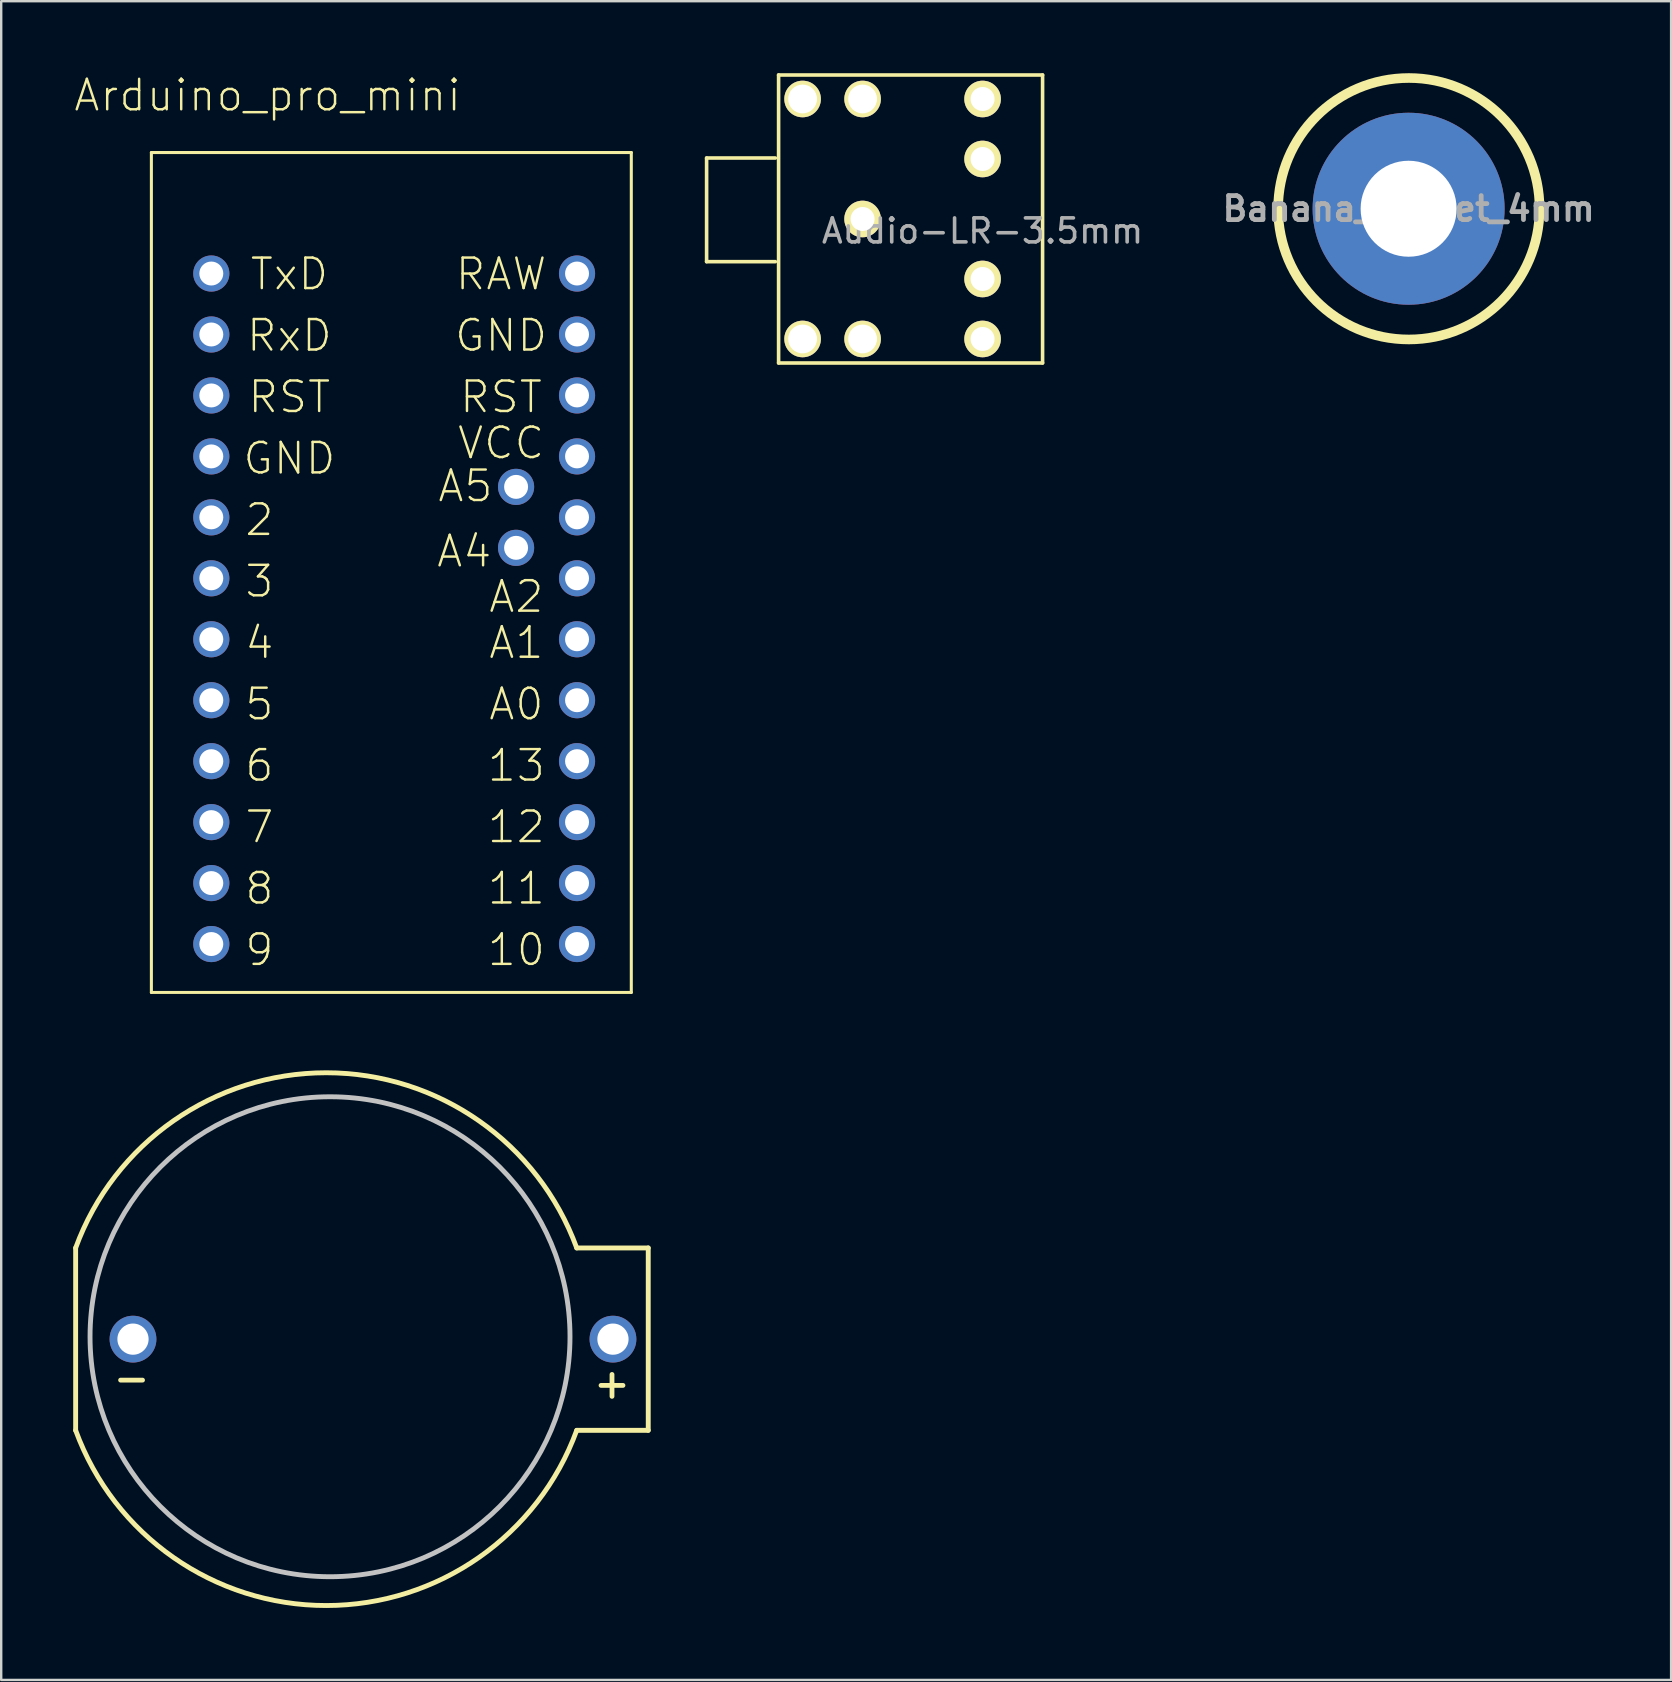
<source format=kicad_pcb>
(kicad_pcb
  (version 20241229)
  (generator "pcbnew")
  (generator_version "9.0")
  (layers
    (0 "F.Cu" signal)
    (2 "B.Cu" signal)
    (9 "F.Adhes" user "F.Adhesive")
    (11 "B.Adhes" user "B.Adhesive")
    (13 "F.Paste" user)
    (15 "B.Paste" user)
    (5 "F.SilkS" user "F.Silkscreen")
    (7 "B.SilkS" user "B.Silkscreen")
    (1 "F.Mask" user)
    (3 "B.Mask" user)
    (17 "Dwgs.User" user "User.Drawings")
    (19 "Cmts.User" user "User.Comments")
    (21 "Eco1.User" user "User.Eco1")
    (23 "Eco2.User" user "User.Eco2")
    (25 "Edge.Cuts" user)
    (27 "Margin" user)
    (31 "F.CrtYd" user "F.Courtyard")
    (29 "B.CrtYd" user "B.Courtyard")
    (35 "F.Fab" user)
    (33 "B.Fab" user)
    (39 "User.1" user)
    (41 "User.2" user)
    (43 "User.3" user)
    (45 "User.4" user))
  (footprint "Arduino_pro_mini"
    (layer "F.Cu")
    (at 3.276 38.3)
    (property "Reference" "Arduino_pro_mini" (at 4.823 -37.379 0) (layer "F.SilkS") (effects (font (size 1.27 1.27) (thickness 0.102))))
    (attr exclude_from_pos_files exclude_from_bom)
    (fp_line (start -0.018 -34.994) (end 19.98 -34.994) (stroke (width 0.127) (type solid)) (layer "F.SilkS"))
    (fp_line (start -0.018 0.005) (end -0.018 -34.994) (stroke (width 0.127) (type solid)) (layer "F.SilkS"))
    (fp_line (start 19.98 -34.994) (end 19.98 0.005) (stroke (width 0.127) (type solid)) (layer "F.SilkS"))
    (fp_line (start 19.98 0.005) (end -0.018 0.005) (stroke (width 0.127) (type solid)) (layer "F.SilkS"))
    (fp_text user "5" (at 4.483 -12.007 0) (layer "F.SilkS") (effects (font (size 1.27 1.27) (thickness 0.102))))
    (fp_text user "RAW" (at 14.554 -29.929 0) (layer "F.SilkS") (effects (font (size 1.27 1.27) (thickness 0.102))))
    (fp_text user "7" (at 4.483 -6.888 0) (layer "F.SilkS") (effects (font (size 1.27 1.27) (thickness 0.102))))
    (fp_text user "RST" (at 14.554 -24.808 0) (layer "F.SilkS") (effects (font (size 1.27 1.27) (thickness 0.102))))
    (fp_text user "11" (at 15.189 -4.328 0) (layer "F.SilkS") (effects (font (size 1.27 1.27) (thickness 0.102))))
    (fp_text user "2" (at 4.483 -19.688 0) (layer "F.SilkS") (effects (font (size 1.27 1.27) (thickness 0.102))))
    (fp_text user "A4" (at 13.018 -18.377 0) (layer "F.SilkS") (effects (font (size 1.27 1.27) (thickness 0.102))))
    (fp_text user "4" (at 4.483 -14.567 0) (layer "F.SilkS") (effects (font (size 1.27 1.27) (thickness 0.102))))
    (fp_text user "A2" (at 15.189 -16.487 0) (layer "F.SilkS") (effects (font (size 1.27 1.27) (thickness 0.102))))
    (fp_text user "9" (at 4.483 -1.768 0) (layer "F.SilkS") (effects (font (size 1.27 1.27) (thickness 0.102))))
    (fp_text user "TxD" (at 5.733 -29.929 0) (layer "F.SilkS") (effects (font (size 1.27 1.27) (thickness 0.102))))
    (fp_text user "GND" (at 5.733 -22.248 0) (layer "F.SilkS") (effects (font (size 1.27 1.27) (thickness 0.102))))
    (fp_text user "13" (at 15.189 -9.449 0) (layer "F.SilkS") (effects (font (size 1.27 1.27) (thickness 0.102))))
    (fp_text user "10" (at 15.189 -1.768 0) (layer "F.SilkS") (effects (font (size 1.27 1.27) (thickness 0.102))))
    (fp_text user "6" (at 4.483 -9.449 0) (layer "F.SilkS") (effects (font (size 1.27 1.27) (thickness 0.102))))
    (fp_text user "RxD" (at 5.733 -27.369 0) (layer "F.SilkS") (effects (font (size 1.27 1.27) (thickness 0.102))))
    (fp_text user "A0" (at 15.189 -12.007 0) (layer "F.SilkS") (effects (font (size 1.27 1.27) (thickness 0.102))))
    (fp_text user "12" (at 15.189 -6.888 0) (layer "F.SilkS") (effects (font (size 1.27 1.27) (thickness 0.102))))
    (fp_text user "GND" (at 14.554 -27.369 0) (layer "F.SilkS") (effects (font (size 1.27 1.27) (thickness 0.102))))
    (fp_text user "8" (at 4.483 -4.328 0) (layer "F.SilkS") (effects (font (size 1.27 1.27) (thickness 0.102))))
    (fp_text user "3" (at 4.483 -17.127 0) (layer "F.SilkS") (effects (font (size 1.27 1.27) (thickness 0.102))))
    (fp_text user "A5" (at 13.068 -21.097 0) (layer "F.SilkS") (effects (font (size 1.27 1.27) (thickness 0.102))))
    (fp_text user "VCC" (at 14.554 -22.888 0) (layer "F.SilkS") (effects (font (size 1.27 1.27) (thickness 0.102))))
    (fp_text user "RST" (at 5.733 -24.808 0) (layer "F.SilkS") (effects (font (size 1.27 1.27) (thickness 0.102))))
    (fp_text user "A1" (at 15.189 -14.567 0) (layer "F.SilkS") (effects (font (size 1.27 1.27) (thickness 0.102))))
    (pad "2" thru_hole circle (at 2.479 -19.792) (size 1.506 1.506) (drill 0.998) (layers "*.Cu" "*.Paste" "*.Mask"))
    (pad "3" thru_hole circle (at 2.479 -17.252) (size 1.506 1.506) (drill 0.998) (layers "*.Cu" "*.Paste" "*.Mask"))
    (pad "4" thru_hole circle (at 2.479 -14.712) (size 1.506 1.506) (drill 0.998) (layers "*.Cu" "*.Paste" "*.Mask"))
    (pad "5" thru_hole circle (at 2.479 -12.172) (size 1.506 1.506) (drill 0.998) (layers "*.Cu" "*.Paste" "*.Mask"))
    (pad "6" thru_hole circle (at 2.479 -9.632) (size 1.506 1.506) (drill 0.998) (layers "*.Cu" "*.Paste" "*.Mask"))
    (pad "7" thru_hole circle (at 2.479 -7.092) (size 1.506 1.506) (drill 0.998) (layers "*.Cu" "*.Paste" "*.Mask"))
    (pad "8" thru_hole circle (at 2.479 -4.552) (size 1.506 1.506) (drill 0.998) (layers "*.Cu" "*.Paste" "*.Mask"))
    (pad "9" thru_hole circle (at 2.479 -2.012) (size 1.506 1.506) (drill 0.998) (layers "*.Cu" "*.Paste" "*.Mask"))
    (pad "10" thru_hole circle (at 17.719 -2.012) (size 1.506 1.506) (drill 0.998) (layers "*.Cu" "*.Paste" "*.Mask"))
    (pad "11" thru_hole circle (at 17.719 -4.552) (size 1.506 1.506) (drill 0.998) (layers "*.Cu" "*.Paste" "*.Mask"))
    (pad "12" thru_hole circle (at 17.719 -7.092) (size 1.506 1.506) (drill 0.998) (layers "*.Cu" "*.Paste" "*.Mask"))
    (pad "13" thru_hole circle (at 17.719 -9.632) (size 1.506 1.506) (drill 0.998) (layers "*.Cu" "*.Paste" "*.Mask"))
    (pad "A0" thru_hole circle (at 17.719 -12.172) (size 1.506 1.506) (drill 0.998) (layers "*.Cu" "*.Paste" "*.Mask"))
    (pad "A1" thru_hole circle (at 17.719 -14.712) (size 1.506 1.506) (drill 0.998) (layers "*.Cu" "*.Paste" "*.Mask"))
    (pad "A2" thru_hole circle (at 17.719 -17.252) (size 1.506 1.506) (drill 0.998) (layers "*.Cu" "*.Paste" "*.Mask"))
    (pad "A3" thru_hole circle (at 17.719 -19.792) (size 1.506 1.506) (drill 0.998) (layers "*.Cu" "*.Paste" "*.Mask"))
    (pad "A4" thru_hole circle (at 15.179 -18.522) (size 1.506 1.506) (drill 0.998) (layers "*.Cu" "*.Paste" "*.Mask"))
    (pad "A5" thru_hole circle (at 15.179 -21.062) (size 1.506 1.506) (drill 0.998) (layers "*.Cu" "*.Paste" "*.Mask"))
    (pad "GND@" thru_hole circle (at 2.479 -22.332) (size 1.506 1.506) (drill 0.998) (layers "*.Cu" "*.Paste" "*.Mask"))
    (pad "GND@" thru_hole circle (at 17.719 -27.412) (size 1.506 1.506) (drill 0.998) (layers "*.Cu" "*.Paste" "*.Mask"))
    (pad "RAW" thru_hole circle (at 17.719 -29.952) (size 1.506 1.506) (drill 0.998) (layers "*.Cu" "*.Paste" "*.Mask"))
    (pad "RST@" thru_hole circle (at 2.479 -24.872) (size 1.506 1.506) (drill 0.998) (layers "*.Cu" "*.Paste" "*.Mask"))
    (pad "RST@" thru_hole circle (at 17.719 -24.872) (size 1.506 1.506) (drill 0.998) (layers "*.Cu" "*.Paste" "*.Mask"))
    (pad "RXD" thru_hole circle (at 2.479 -27.412) (size 1.506 1.506) (drill 0.998) (layers "*.Cu" "*.Paste" "*.Mask"))
    (pad "TXD" thru_hole circle (at 2.479 -29.952) (size 1.506 1.506) (drill 0.998) (layers "*.Cu" "*.Paste" "*.Mask"))
    (pad "VCC@" thru_hole circle (at 17.719 -22.332) (size 1.506 1.506) (drill 0.998) (layers "*.Cu" "*.Paste" "*.Mask")))
  (footprint "Batt_CR2032_black_20MM"
    (layer "F.Cu")
    (at 10.642 52.752)
    (property "Reference" "Batt_CR2032_black_20MM" (at 0.19 -1.37 0) (layer "Eco1.User") (effects (font (size 0.386 0.386) (thickness 0.033)) (justify left bottom)))
    (attr through_hole)
    (fp_line (start -10.54 -3.8) (end -10.54 3.8) (stroke (width 0.203) (type solid)) (layer "F.SilkS"))
    (fp_line (start 10.34 -3.8) (end 13.32 -3.8) (stroke (width 0.203) (type solid)) (layer "F.SilkS"))
    (fp_line (start 13.32 -3.8) (end 13.32 3.8) (stroke (width 0.203) (type solid)) (layer "F.SilkS"))
    (fp_line (start 13.32 3.8) (end 10.34 3.8) (stroke (width 0.203) (type solid)) (layer "F.SilkS"))
    (fp_arc (start -10.54 -3.8) (mid -0.1 -11.100449) (end 10.34 -3.8) (stroke (width 0.2032) (type solid)) (layer "F.SilkS"))
    (fp_arc (start 10.34 3.8) (mid -0.1 11.100449) (end -10.54 3.8) (stroke (width 0.2032) (type solid)) (layer "F.SilkS"))
    (fp_circle (center 0.06 -0.1) (end 10.06 -0.1) (stroke (width 0.203) (type solid)) (fill no) (layer "Dwgs.User"))
    (fp_text user "-" (at -8.21 1.62 0) (layer "F.SilkS") (effects (font (size 1.2 1.2) (thickness 0.2) (bold yes))))
    (fp_text user "+" (at 11.81 1.84 0) (layer "F.SilkS") (effects (font (size 1.2 1.2) (thickness 0.2) (bold yes))))
    (pad "1" thru_hole circle (at 11.85 0 90) (size 1.95 1.95) (drill 1.3) (layers "*.Cu" "*.Mask"))
    (pad "2" thru_hole circle (at -8.15 0 90) (size 1.95 1.95) (drill 1.3) (layers "*.Cu" "*.Mask")))
  (footprint "Banana_socket_4mm"
    (layer "F.Cu")
    (at 55.647 5.648)
    (property "Reference" "Banana_socket_4mm" (at 0 0 0) (layer "F.Fab") (effects (font (size 1 1) (thickness 0.2))))
    (attr through_hole)
    (fp_circle (center 0.01 0) (end 5.3 1.3) (stroke (width 0.4) (type solid)) (fill no) (layer "F.SilkS"))
    (pad "1" thru_hole circle (at 0 0) (size 8 8) (drill 4) (layers "*.Cu" "*.Mask")))
  (footprint "Audio-LR-3.5mm"
    (layer "F.Cu")
    (at 37.894 6.075)
    (property "Reference" "Audio-LR-3.5mm" (at 0 0.5 0) (layer "F.Fab") (effects (font (size 1 1) (thickness 0.15))))
    (attr through_hole)
    (fp_line (start -11.5 -2.54) (end -11.5 1.778) (stroke (width 0.15) (type solid)) (layer "F.SilkS"))
    (fp_line (start -11.5 1.778) (end -8.636 1.778) (stroke (width 0.15) (type solid)) (layer "F.SilkS"))
    (fp_line (start -8.636 -2.54) (end -11.5 -2.54) (stroke (width 0.15) (type solid)) (layer "F.SilkS"))
    (fp_line (start -8.5 -6) (end -8.5 6) (stroke (width 0.15) (type solid)) (layer "F.SilkS"))
    (fp_line (start -8.5 6) (end 2.5 6) (stroke (width 0.15) (type solid)) (layer "F.SilkS"))
    (fp_line (start 2.5 -6) (end -8.5 -6) (stroke (width 0.15) (type solid)) (layer "F.SilkS"))
    (fp_line (start 2.5 6) (end 2.5 -6) (stroke (width 0.15) (type solid)) (layer "F.SilkS"))
    (pad "" np_thru_hole circle (at -7.5 -5) (size 1.524 1.524) (drill 1.2) (layers "*.Cu" "*.Mask" "F.SilkS"))
    (pad "" np_thru_hole circle (at -7.5 5) (size 1.524 1.524) (drill 1.2) (layers "*.Cu" "*.Mask" "F.SilkS"))
    (pad "" np_thru_hole circle (at -5 -5) (size 1.524 1.524) (drill 1.2) (layers "*.Cu" "*.Mask" "F.SilkS"))
    (pad "" np_thru_hole circle (at -5 5) (size 1.524 1.524) (drill 1.2) (layers "*.Cu" "*.Mask" "F.SilkS"))
    (pad "1" thru_hole circle (at -5 0) (size 1.524 1.524) (drill 1) (layers "*.Cu" "*.Mask" "F.SilkS"))
    (pad "2" thru_hole circle (at 0 5) (size 1.524 1.524) (drill 1) (layers "*.Cu" "*.Mask" "F.SilkS"))
    (pad "3" thru_hole circle (at 0 2.5) (size 1.524 1.524) (drill 1) (layers "*.Cu" "*.Mask" "F.SilkS"))
    (pad "4" thru_hole circle (at 0 -2.5) (size 1.524 1.524) (drill 1) (layers "*.Cu" "*.Mask" "F.SilkS"))
    (pad "5" thru_hole circle (at 0 -5) (size 1.524 1.524) (drill 1) (layers "*.Cu" "*.Mask" "F.SilkS")))
  (gr_rect
    (start -3 -3)
    (end 66.585 66.954)
    (stroke (width 0.1) (type default))
    (fill no)
    (layer "Edge.Cuts")))
</source>
